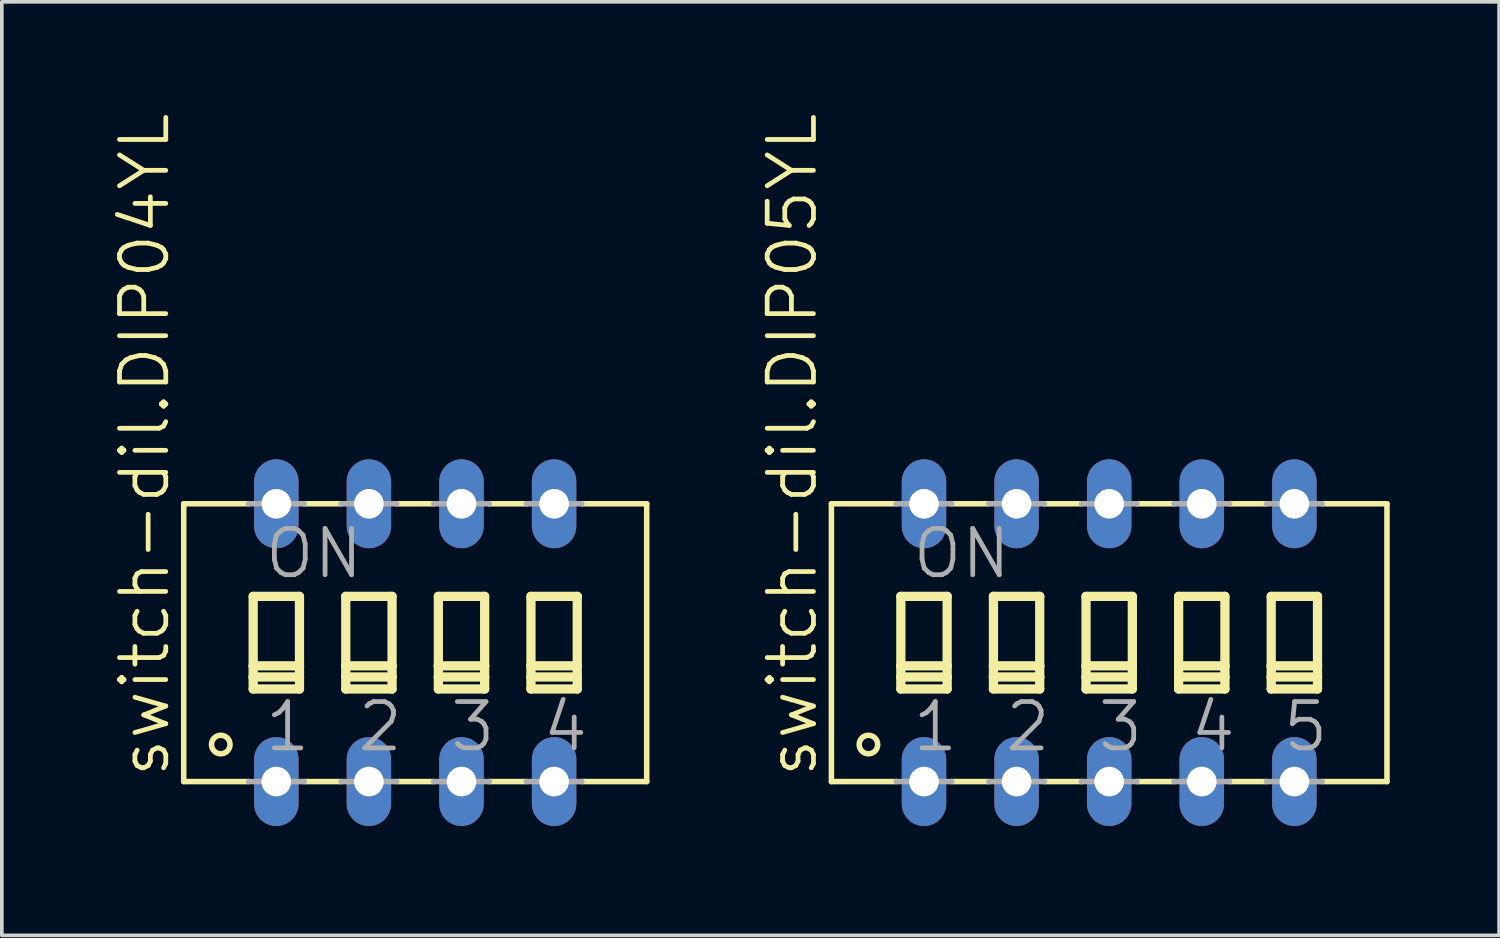
<source format=kicad_pcb>
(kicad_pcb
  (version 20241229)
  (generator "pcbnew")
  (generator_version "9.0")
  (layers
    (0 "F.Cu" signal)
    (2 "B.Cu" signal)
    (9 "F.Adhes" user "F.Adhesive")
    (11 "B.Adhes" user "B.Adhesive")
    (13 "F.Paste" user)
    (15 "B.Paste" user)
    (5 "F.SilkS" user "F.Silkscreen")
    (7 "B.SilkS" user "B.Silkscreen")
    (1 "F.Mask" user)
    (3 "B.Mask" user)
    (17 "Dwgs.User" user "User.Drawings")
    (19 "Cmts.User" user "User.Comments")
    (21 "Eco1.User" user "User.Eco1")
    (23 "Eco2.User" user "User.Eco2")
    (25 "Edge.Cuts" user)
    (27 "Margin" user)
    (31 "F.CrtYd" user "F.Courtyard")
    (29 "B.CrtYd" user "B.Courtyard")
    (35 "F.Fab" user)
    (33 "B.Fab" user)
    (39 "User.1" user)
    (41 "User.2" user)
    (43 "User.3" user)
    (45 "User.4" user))
  (footprint "switch-dil.DIP05YL"
    (layer "F.Cu")
    (at 27.377 14.58)
    (property "Reference" "switch-dil.DIP05YL" (at -7.95 3.759 90) (layer "F.SilkS") (effects (font (size 1.27 1.27) (thickness 0.13)) (justify left bottom)))
    (attr through_hole)
    (fp_line (start -7.62 -3.81) (end -7.62 3.81) (stroke (width 0.152) (type default)) (layer "F.SilkS"))
    (fp_line (start -7.62 -3.81) (end -5.842 -3.81) (stroke (width 0.152) (type default)) (layer "F.SilkS"))
    (fp_line (start -7.62 3.81) (end -5.842 3.81) (stroke (width 0.152) (type default)) (layer "F.SilkS"))
    (fp_line (start -5.715 -1.27) (end -5.715 0.635) (stroke (width 0.254) (type default)) (layer "F.SilkS"))
    (fp_line (start -5.715 0.635) (end -5.715 0.94) (stroke (width 0.254) (type default)) (layer "F.SilkS"))
    (fp_line (start -5.715 0.635) (end -4.445 0.635) (stroke (width 0.254) (type default)) (layer "F.SilkS"))
    (fp_line (start -5.715 0.94) (end -5.715 1.27) (stroke (width 0.254) (type default)) (layer "F.SilkS"))
    (fp_line (start -5.715 0.94) (end -4.445 0.94) (stroke (width 0.254) (type default)) (layer "F.SilkS"))
    (fp_line (start -5.715 1.27) (end -4.445 1.27) (stroke (width 0.254) (type default)) (layer "F.SilkS"))
    (fp_line (start -4.445 -1.27) (end -5.715 -1.27) (stroke (width 0.254) (type default)) (layer "F.SilkS"))
    (fp_line (start -4.445 0.635) (end -4.445 -1.27) (stroke (width 0.254) (type default)) (layer "F.SilkS"))
    (fp_line (start -4.445 0.94) (end -4.445 0.635) (stroke (width 0.254) (type default)) (layer "F.SilkS"))
    (fp_line (start -4.445 1.27) (end -4.445 0.94) (stroke (width 0.254) (type default)) (layer "F.SilkS"))
    (fp_line (start -4.318 3.81) (end -3.302 3.81) (stroke (width 0.152) (type default)) (layer "F.SilkS"))
    (fp_line (start -3.302 -3.81) (end -4.318 -3.81) (stroke (width 0.152) (type default)) (layer "F.SilkS"))
    (fp_line (start -3.175 -1.27) (end -3.175 0.635) (stroke (width 0.254) (type default)) (layer "F.SilkS"))
    (fp_line (start -3.175 0.635) (end -3.175 0.94) (stroke (width 0.254) (type default)) (layer "F.SilkS"))
    (fp_line (start -3.175 0.635) (end -1.905 0.635) (stroke (width 0.254) (type default)) (layer "F.SilkS"))
    (fp_line (start -3.175 0.94) (end -3.175 1.27) (stroke (width 0.254) (type default)) (layer "F.SilkS"))
    (fp_line (start -3.175 0.94) (end -1.905 0.94) (stroke (width 0.254) (type default)) (layer "F.SilkS"))
    (fp_line (start -3.175 1.27) (end -1.905 1.27) (stroke (width 0.254) (type default)) (layer "F.SilkS"))
    (fp_line (start -1.905 -1.27) (end -3.175 -1.27) (stroke (width 0.254) (type default)) (layer "F.SilkS"))
    (fp_line (start -1.905 0.635) (end -1.905 -1.27) (stroke (width 0.254) (type default)) (layer "F.SilkS"))
    (fp_line (start -1.905 0.94) (end -1.905 0.635) (stroke (width 0.254) (type default)) (layer "F.SilkS"))
    (fp_line (start -1.905 1.27) (end -1.905 0.94) (stroke (width 0.254) (type default)) (layer "F.SilkS"))
    (fp_line (start -1.778 3.81) (end -0.762 3.81) (stroke (width 0.152) (type default)) (layer "F.SilkS"))
    (fp_line (start -0.762 -3.81) (end -1.778 -3.81) (stroke (width 0.152) (type default)) (layer "F.SilkS"))
    (fp_line (start -0.635 -1.27) (end -0.635 0.635) (stroke (width 0.254) (type default)) (layer "F.SilkS"))
    (fp_line (start -0.635 0.635) (end -0.635 0.94) (stroke (width 0.254) (type default)) (layer "F.SilkS"))
    (fp_line (start -0.635 0.635) (end 0.635 0.635) (stroke (width 0.254) (type default)) (layer "F.SilkS"))
    (fp_line (start -0.635 0.94) (end -0.635 1.27) (stroke (width 0.254) (type default)) (layer "F.SilkS"))
    (fp_line (start -0.635 0.94) (end 0.635 0.94) (stroke (width 0.254) (type default)) (layer "F.SilkS"))
    (fp_line (start -0.635 1.27) (end 0.635 1.27) (stroke (width 0.254) (type default)) (layer "F.SilkS"))
    (fp_line (start 0.635 -1.27) (end -0.635 -1.27) (stroke (width 0.254) (type default)) (layer "F.SilkS"))
    (fp_line (start 0.635 0.635) (end 0.635 -1.27) (stroke (width 0.254) (type default)) (layer "F.SilkS"))
    (fp_line (start 0.635 0.94) (end 0.635 0.635) (stroke (width 0.254) (type default)) (layer "F.SilkS"))
    (fp_line (start 0.635 1.27) (end 0.635 0.94) (stroke (width 0.254) (type default)) (layer "F.SilkS"))
    (fp_line (start 0.762 3.81) (end 1.778 3.81) (stroke (width 0.152) (type default)) (layer "F.SilkS"))
    (fp_line (start 1.778 -3.81) (end 0.762 -3.81) (stroke (width 0.152) (type default)) (layer "F.SilkS"))
    (fp_line (start 1.905 -1.27) (end 1.905 0.635) (stroke (width 0.254) (type default)) (layer "F.SilkS"))
    (fp_line (start 1.905 0.635) (end 1.905 0.94) (stroke (width 0.254) (type default)) (layer "F.SilkS"))
    (fp_line (start 1.905 0.635) (end 3.175 0.635) (stroke (width 0.254) (type default)) (layer "F.SilkS"))
    (fp_line (start 1.905 0.94) (end 1.905 1.27) (stroke (width 0.254) (type default)) (layer "F.SilkS"))
    (fp_line (start 1.905 0.94) (end 3.175 0.94) (stroke (width 0.254) (type default)) (layer "F.SilkS"))
    (fp_line (start 1.905 1.27) (end 3.175 1.27) (stroke (width 0.254) (type default)) (layer "F.SilkS"))
    (fp_line (start 3.175 -1.27) (end 1.905 -1.27) (stroke (width 0.254) (type default)) (layer "F.SilkS"))
    (fp_line (start 3.175 0.635) (end 3.175 -1.27) (stroke (width 0.254) (type default)) (layer "F.SilkS"))
    (fp_line (start 3.175 0.94) (end 3.175 0.635) (stroke (width 0.254) (type default)) (layer "F.SilkS"))
    (fp_line (start 3.175 1.27) (end 3.175 0.94) (stroke (width 0.254) (type default)) (layer "F.SilkS"))
    (fp_line (start 3.302 3.81) (end 4.318 3.81) (stroke (width 0.152) (type default)) (layer "F.SilkS"))
    (fp_line (start 4.318 -3.81) (end 3.302 -3.81) (stroke (width 0.152) (type default)) (layer "F.SilkS"))
    (fp_line (start 4.445 -1.27) (end 4.445 0.635) (stroke (width 0.254) (type default)) (layer "F.SilkS"))
    (fp_line (start 4.445 0.635) (end 4.445 0.94) (stroke (width 0.254) (type default)) (layer "F.SilkS"))
    (fp_line (start 4.445 0.635) (end 5.715 0.635) (stroke (width 0.254) (type default)) (layer "F.SilkS"))
    (fp_line (start 4.445 0.94) (end 4.445 1.27) (stroke (width 0.254) (type default)) (layer "F.SilkS"))
    (fp_line (start 4.445 0.94) (end 5.715 0.94) (stroke (width 0.254) (type default)) (layer "F.SilkS"))
    (fp_line (start 4.445 1.27) (end 5.715 1.27) (stroke (width 0.254) (type default)) (layer "F.SilkS"))
    (fp_line (start 5.715 -1.27) (end 4.445 -1.27) (stroke (width 0.254) (type default)) (layer "F.SilkS"))
    (fp_line (start 5.715 0.635) (end 5.715 -1.27) (stroke (width 0.254) (type default)) (layer "F.SilkS"))
    (fp_line (start 5.715 0.94) (end 5.715 0.635) (stroke (width 0.254) (type default)) (layer "F.SilkS"))
    (fp_line (start 5.715 1.27) (end 5.715 0.94) (stroke (width 0.254) (type default)) (layer "F.SilkS"))
    (fp_line (start 7.62 -3.81) (end 5.842 -3.81) (stroke (width 0.152) (type default)) (layer "F.SilkS"))
    (fp_line (start 7.62 3.81) (end 5.842 3.81) (stroke (width 0.152) (type default)) (layer "F.SilkS"))
    (fp_line (start 7.62 3.81) (end 7.62 -3.81) (stroke (width 0.152) (type default)) (layer "F.SilkS"))
    (fp_circle (center -6.604 2.794) (end -6.35 2.794) (stroke (width 0.152) (type default)) (fill no) (layer "F.SilkS"))
    (fp_line (start -5.842 3.81) (end -4.318 3.81) (stroke (width 0.152) (type default)) (layer "F.Fab"))
    (fp_line (start -4.318 -3.81) (end -5.842 -3.81) (stroke (width 0.152) (type default)) (layer "F.Fab"))
    (fp_line (start -3.302 3.81) (end -1.778 3.81) (stroke (width 0.152) (type default)) (layer "F.Fab"))
    (fp_line (start -1.778 -3.81) (end -3.302 -3.81) (stroke (width 0.152) (type default)) (layer "F.Fab"))
    (fp_line (start -0.762 3.81) (end 0.762 3.81) (stroke (width 0.152) (type default)) (layer "F.Fab"))
    (fp_line (start 0.762 -3.81) (end -0.762 -3.81) (stroke (width 0.152) (type default)) (layer "F.Fab"))
    (fp_line (start 1.778 3.81) (end 3.302 3.81) (stroke (width 0.152) (type default)) (layer "F.Fab"))
    (fp_line (start 3.302 -3.81) (end 1.778 -3.81) (stroke (width 0.152) (type default)) (layer "F.Fab"))
    (fp_line (start 4.318 3.81) (end 5.842 3.81) (stroke (width 0.152) (type default)) (layer "F.Fab"))
    (fp_line (start 5.842 -3.81) (end 4.318 -3.81) (stroke (width 0.152) (type default)) (layer "F.Fab"))
    (fp_text user "3" (at -0.381 3.048 0) (layer "F.Fab") (effects (font (size 1.27 1.27) (thickness 0.13)) (justify left bottom)))
    (fp_text user "5" (at 4.699 3.048 0) (layer "F.Fab") (effects (font (size 1.27 1.27) (thickness 0.13)) (justify left bottom)))
    (fp_text user "1" (at -5.461 3.048 0) (layer "F.Fab") (effects (font (size 1.27 1.27) (thickness 0.13)) (justify left bottom)))
    (fp_text user "2" (at -2.921 3.048 0) (layer "F.Fab") (effects (font (size 1.27 1.27) (thickness 0.13)) (justify left bottom)))
    (fp_text user "4" (at 2.159 3.048 0) (layer "F.Fab") (effects (font (size 1.27 1.27) (thickness 0.13)) (justify left bottom)))
    (fp_text user "ON" (at -5.461 -1.702 0) (layer "F.Fab") (effects (font (size 1.27 1.27) (thickness 0.13)) (justify left bottom)))
    (pad "1" thru_hole oval (at -5.08 3.81 90) (size 2.438 1.219) (drill 0.813) (layers "*.Cu" "*.Mask"))
    (pad "2" thru_hole oval (at -2.54 3.81 90) (size 2.438 1.219) (drill 0.813) (layers "*.Cu" "*.Mask"))
    (pad "3" thru_hole oval (at 0 3.81 90) (size 2.438 1.219) (drill 0.813) (layers "*.Cu" "*.Mask"))
    (pad "4" thru_hole oval (at 2.54 3.81 90) (size 2.438 1.219) (drill 0.813) (layers "*.Cu" "*.Mask"))
    (pad "5" thru_hole oval (at 5.08 3.81 90) (size 2.438 1.219) (drill 0.813) (layers "*.Cu" "*.Mask"))
    (pad "6" thru_hole oval (at 5.08 -3.81 90) (size 2.438 1.219) (drill 0.813) (layers "*.Cu" "*.Mask"))
    (pad "7" thru_hole oval (at 2.54 -3.81 90) (size 2.438 1.219) (drill 0.813) (layers "*.Cu" "*.Mask"))
    (pad "8" thru_hole oval (at 0 -3.81 90) (size 2.438 1.219) (drill 0.813) (layers "*.Cu" "*.Mask"))
    (pad "9" thru_hole oval (at -2.54 -3.81 90) (size 2.438 1.219) (drill 0.813) (layers "*.Cu" "*.Mask"))
    (pad "10" thru_hole oval (at -5.08 -3.81 90) (size 2.438 1.219) (drill 0.813) (layers "*.Cu" "*.Mask")))
  (footprint "switch-dil.DIP04YL"
    (layer "F.Cu")
    (at 8.34 14.58)
    (property "Reference" "switch-dil.DIP04YL" (at -6.68 3.759 90) (layer "F.SilkS") (effects (font (size 1.27 1.27) (thickness 0.13)) (justify left bottom)))
    (attr through_hole)
    (fp_line (start -6.35 -3.81) (end -6.35 3.81) (stroke (width 0.152) (type default)) (layer "F.SilkS"))
    (fp_line (start -6.35 -3.81) (end -4.572 -3.81) (stroke (width 0.152) (type default)) (layer "F.SilkS"))
    (fp_line (start -6.35 3.81) (end -4.572 3.81) (stroke (width 0.152) (type default)) (layer "F.SilkS"))
    (fp_line (start -4.445 -1.27) (end -4.445 0.635) (stroke (width 0.254) (type default)) (layer "F.SilkS"))
    (fp_line (start -4.445 0.635) (end -4.445 0.94) (stroke (width 0.254) (type default)) (layer "F.SilkS"))
    (fp_line (start -4.445 0.635) (end -3.175 0.635) (stroke (width 0.254) (type default)) (layer "F.SilkS"))
    (fp_line (start -4.445 0.94) (end -4.445 1.27) (stroke (width 0.254) (type default)) (layer "F.SilkS"))
    (fp_line (start -4.445 0.94) (end -3.175 0.94) (stroke (width 0.254) (type default)) (layer "F.SilkS"))
    (fp_line (start -4.445 1.27) (end -3.175 1.27) (stroke (width 0.254) (type default)) (layer "F.SilkS"))
    (fp_line (start -3.175 -1.27) (end -4.445 -1.27) (stroke (width 0.254) (type default)) (layer "F.SilkS"))
    (fp_line (start -3.175 0.635) (end -3.175 -1.27) (stroke (width 0.254) (type default)) (layer "F.SilkS"))
    (fp_line (start -3.175 0.94) (end -3.175 0.635) (stroke (width 0.254) (type default)) (layer "F.SilkS"))
    (fp_line (start -3.175 1.27) (end -3.175 0.94) (stroke (width 0.254) (type default)) (layer "F.SilkS"))
    (fp_line (start -3.048 3.81) (end -2.032 3.81) (stroke (width 0.152) (type default)) (layer "F.SilkS"))
    (fp_line (start -2.032 -3.81) (end -3.048 -3.81) (stroke (width 0.152) (type default)) (layer "F.SilkS"))
    (fp_line (start -1.905 -1.27) (end -1.905 0.635) (stroke (width 0.254) (type default)) (layer "F.SilkS"))
    (fp_line (start -1.905 0.635) (end -1.905 0.94) (stroke (width 0.254) (type default)) (layer "F.SilkS"))
    (fp_line (start -1.905 0.635) (end -0.635 0.635) (stroke (width 0.254) (type default)) (layer "F.SilkS"))
    (fp_line (start -1.905 0.94) (end -1.905 1.27) (stroke (width 0.254) (type default)) (layer "F.SilkS"))
    (fp_line (start -1.905 0.94) (end -0.635 0.94) (stroke (width 0.254) (type default)) (layer "F.SilkS"))
    (fp_line (start -1.905 1.27) (end -0.635 1.27) (stroke (width 0.254) (type default)) (layer "F.SilkS"))
    (fp_line (start -0.635 -1.27) (end -1.905 -1.27) (stroke (width 0.254) (type default)) (layer "F.SilkS"))
    (fp_line (start -0.635 0.635) (end -0.635 -1.27) (stroke (width 0.254) (type default)) (layer "F.SilkS"))
    (fp_line (start -0.635 0.94) (end -0.635 0.635) (stroke (width 0.254) (type default)) (layer "F.SilkS"))
    (fp_line (start -0.635 1.27) (end -0.635 0.94) (stroke (width 0.254) (type default)) (layer "F.SilkS"))
    (fp_line (start -0.508 3.81) (end 0.508 3.81) (stroke (width 0.152) (type default)) (layer "F.SilkS"))
    (fp_line (start 0.508 -3.81) (end -0.508 -3.81) (stroke (width 0.152) (type default)) (layer "F.SilkS"))
    (fp_line (start 0.635 -1.27) (end 0.635 0.635) (stroke (width 0.254) (type default)) (layer "F.SilkS"))
    (fp_line (start 0.635 0.635) (end 0.635 0.94) (stroke (width 0.254) (type default)) (layer "F.SilkS"))
    (fp_line (start 0.635 0.635) (end 1.905 0.635) (stroke (width 0.254) (type default)) (layer "F.SilkS"))
    (fp_line (start 0.635 0.94) (end 0.635 1.27) (stroke (width 0.254) (type default)) (layer "F.SilkS"))
    (fp_line (start 0.635 0.94) (end 1.905 0.94) (stroke (width 0.254) (type default)) (layer "F.SilkS"))
    (fp_line (start 0.635 1.27) (end 1.905 1.27) (stroke (width 0.254) (type default)) (layer "F.SilkS"))
    (fp_line (start 1.905 -1.27) (end 0.635 -1.27) (stroke (width 0.254) (type default)) (layer "F.SilkS"))
    (fp_line (start 1.905 0.635) (end 1.905 -1.27) (stroke (width 0.254) (type default)) (layer "F.SilkS"))
    (fp_line (start 1.905 0.94) (end 1.905 0.635) (stroke (width 0.254) (type default)) (layer "F.SilkS"))
    (fp_line (start 1.905 1.27) (end 1.905 0.94) (stroke (width 0.254) (type default)) (layer "F.SilkS"))
    (fp_line (start 2.032 3.81) (end 3.048 3.81) (stroke (width 0.152) (type default)) (layer "F.SilkS"))
    (fp_line (start 3.048 -3.81) (end 2.032 -3.81) (stroke (width 0.152) (type default)) (layer "F.SilkS"))
    (fp_line (start 3.175 -1.27) (end 3.175 0.635) (stroke (width 0.254) (type default)) (layer "F.SilkS"))
    (fp_line (start 3.175 0.635) (end 3.175 0.94) (stroke (width 0.254) (type default)) (layer "F.SilkS"))
    (fp_line (start 3.175 0.635) (end 4.445 0.635) (stroke (width 0.254) (type default)) (layer "F.SilkS"))
    (fp_line (start 3.175 0.94) (end 3.175 1.27) (stroke (width 0.254) (type default)) (layer "F.SilkS"))
    (fp_line (start 3.175 0.94) (end 4.445 0.94) (stroke (width 0.254) (type default)) (layer "F.SilkS"))
    (fp_line (start 3.175 1.27) (end 4.445 1.27) (stroke (width 0.254) (type default)) (layer "F.SilkS"))
    (fp_line (start 4.445 -1.27) (end 3.175 -1.27) (stroke (width 0.254) (type default)) (layer "F.SilkS"))
    (fp_line (start 4.445 0.635) (end 4.445 -1.27) (stroke (width 0.254) (type default)) (layer "F.SilkS"))
    (fp_line (start 4.445 0.94) (end 4.445 0.635) (stroke (width 0.254) (type default)) (layer "F.SilkS"))
    (fp_line (start 4.445 1.27) (end 4.445 0.94) (stroke (width 0.254) (type default)) (layer "F.SilkS"))
    (fp_line (start 6.35 -3.81) (end 4.572 -3.81) (stroke (width 0.152) (type default)) (layer "F.SilkS"))
    (fp_line (start 6.35 3.81) (end 4.572 3.81) (stroke (width 0.152) (type default)) (layer "F.SilkS"))
    (fp_line (start 6.35 3.81) (end 6.35 -3.81) (stroke (width 0.152) (type default)) (layer "F.SilkS"))
    (fp_circle (center -5.334 2.794) (end -5.08 2.794) (stroke (width 0.152) (type default)) (fill no) (layer "F.SilkS"))
    (fp_line (start -4.572 3.81) (end -3.048 3.81) (stroke (width 0.152) (type default)) (layer "F.Fab"))
    (fp_line (start -3.048 -3.81) (end -4.572 -3.81) (stroke (width 0.152) (type default)) (layer "F.Fab"))
    (fp_line (start -2.032 3.81) (end -0.508 3.81) (stroke (width 0.152) (type default)) (layer "F.Fab"))
    (fp_line (start -0.508 -3.81) (end -2.032 -3.81) (stroke (width 0.152) (type default)) (layer "F.Fab"))
    (fp_line (start 0.508 3.81) (end 2.032 3.81) (stroke (width 0.152) (type default)) (layer "F.Fab"))
    (fp_line (start 2.032 -3.81) (end 0.508 -3.81) (stroke (width 0.152) (type default)) (layer "F.Fab"))
    (fp_line (start 3.048 3.81) (end 4.572 3.81) (stroke (width 0.152) (type default)) (layer "F.Fab"))
    (fp_line (start 4.572 -3.81) (end 3.048 -3.81) (stroke (width 0.152) (type default)) (layer "F.Fab"))
    (fp_text user "2" (at -1.651 3.048 0) (layer "F.Fab") (effects (font (size 1.27 1.27) (thickness 0.13)) (justify left bottom)))
    (fp_text user "ON" (at -4.191 -1.702 0) (layer "F.Fab") (effects (font (size 1.27 1.27) (thickness 0.13)) (justify left bottom)))
    (fp_text user "3" (at 0.889 3.048 0) (layer "F.Fab") (effects (font (size 1.27 1.27) (thickness 0.13)) (justify left bottom)))
    (fp_text user "1" (at -4.191 3.048 0) (layer "F.Fab") (effects (font (size 1.27 1.27) (thickness 0.13)) (justify left bottom)))
    (fp_text user "4" (at 3.429 3.048 0) (layer "F.Fab") (effects (font (size 1.27 1.27) (thickness 0.13)) (justify left bottom)))
    (pad "1" thru_hole oval (at -3.81 3.81 90) (size 2.438 1.219) (drill 0.813) (layers "*.Cu" "*.Mask"))
    (pad "2" thru_hole oval (at -1.27 3.81 90) (size 2.438 1.219) (drill 0.813) (layers "*.Cu" "*.Mask"))
    (pad "3" thru_hole oval (at 1.27 3.81 90) (size 2.438 1.219) (drill 0.813) (layers "*.Cu" "*.Mask"))
    (pad "4" thru_hole oval (at 3.81 3.81 90) (size 2.438 1.219) (drill 0.813) (layers "*.Cu" "*.Mask"))
    (pad "5" thru_hole oval (at 3.81 -3.81 90) (size 2.438 1.219) (drill 0.813) (layers "*.Cu" "*.Mask"))
    (pad "6" thru_hole oval (at 1.27 -3.81 90) (size 2.438 1.219) (drill 0.813) (layers "*.Cu" "*.Mask"))
    (pad "7" thru_hole oval (at -1.27 -3.81 90) (size 2.438 1.219) (drill 0.813) (layers "*.Cu" "*.Mask"))
    (pad "8" thru_hole oval (at -3.81 -3.81 90) (size 2.438 1.219) (drill 0.813) (layers "*.Cu" "*.Mask")))
  (gr_rect
    (start -3 -3)
    (end 38.073 22.609)
    (stroke (width 0.1) (type default))
    (fill no)
    (layer "Edge.Cuts")))
</source>
